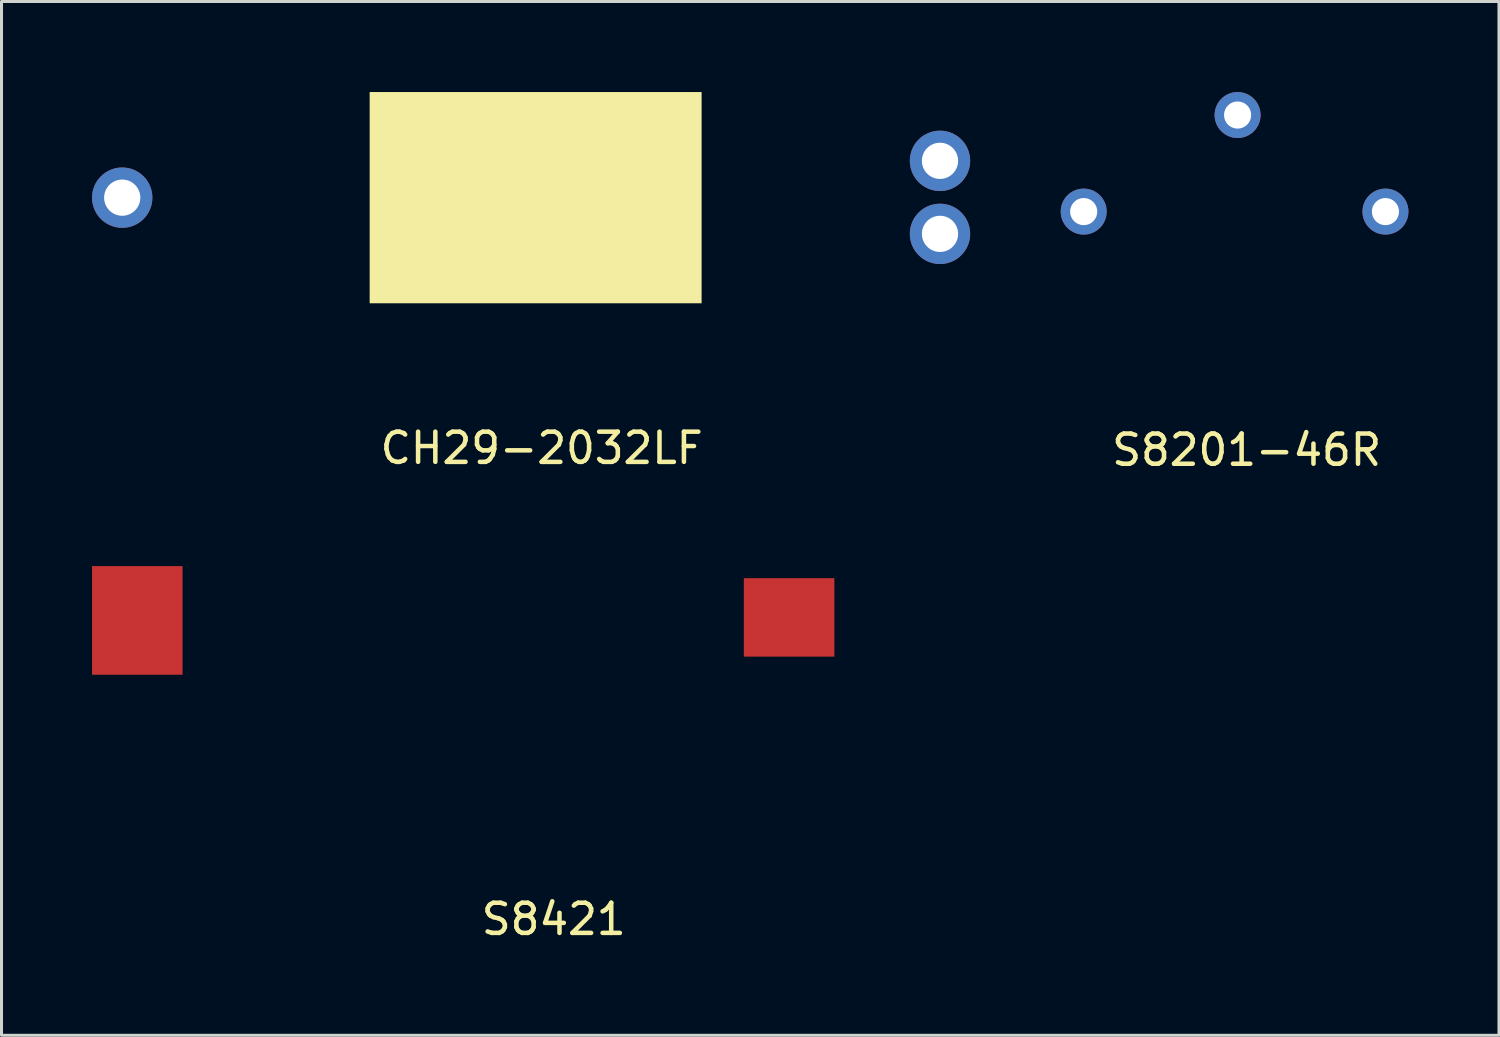
<source format=kicad_pcb>
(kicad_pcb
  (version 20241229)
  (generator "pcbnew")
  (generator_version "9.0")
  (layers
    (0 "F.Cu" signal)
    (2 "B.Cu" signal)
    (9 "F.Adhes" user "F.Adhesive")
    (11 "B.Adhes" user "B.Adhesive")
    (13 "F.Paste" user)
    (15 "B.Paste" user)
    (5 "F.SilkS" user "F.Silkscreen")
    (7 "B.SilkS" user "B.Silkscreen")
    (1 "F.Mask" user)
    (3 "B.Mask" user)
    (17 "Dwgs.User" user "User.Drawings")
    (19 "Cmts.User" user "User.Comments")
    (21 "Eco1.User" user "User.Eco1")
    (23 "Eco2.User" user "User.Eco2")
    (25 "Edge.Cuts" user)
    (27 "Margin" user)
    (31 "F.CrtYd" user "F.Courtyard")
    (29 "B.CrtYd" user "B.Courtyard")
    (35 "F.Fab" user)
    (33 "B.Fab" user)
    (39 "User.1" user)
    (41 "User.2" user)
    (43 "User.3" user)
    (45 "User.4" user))
  (footprint "CH29-2032LF"
    (layer "F.Cu")
    (at 14.5 3.5)
    (property "Reference" "CH29-2032LF" (at 0.4 8.3 0) (layer "F.SilkS") (effects (font (size 1 1) (thickness 0.15))))
    (attr through_hole)
    (pad "" smd rect (at 0.2 0) (size 11 7) (layers "F.SilkS"))
    (pad "1" thru_hole circle (at 13.6 1.2) (size 2 2) (drill 1.2) (layers "*.Cu" "*.Mask"))
    (pad "2" thru_hole circle (at 13.6 -1.22) (size 2 2) (drill 1.2) (layers "*.Cu" "*.Mask"))
    (pad "3" thru_hole circle (at -13.5 0) (size 2 2) (drill 1.2) (layers "*.Cu" "*.Mask")))
  (footprint "S8201-46R"
    (layer "F.Cu")
    (at 37.862 3.962)
    (property "Reference" "S8201-46R" (at 0.4 7.9 0) (layer "F.SilkS") (effects (font (size 1 1) (thickness 0.15))))
    (attr through_hole)
    (pad "1" thru_hole circle (at 5 0) (size 1.524 1.524) (drill 0.9) (layers "*.Cu" "*.Mask"))
    (pad "2" thru_hole circle (at -5 0) (size 1.524 1.524) (drill 0.9) (layers "*.Cu" "*.Mask"))
    (pad "3" thru_hole circle (at 0.1 -3.2) (size 1.524 1.524) (drill 0.9) (layers "*.Cu" "*.Mask")))
  (footprint "S8421"
    (layer "F.Cu")
    (at 14.4 17.51)
    (property "Reference" "S8421" (at 0.9 9.9 0) (layer "F.SilkS") (effects (font (size 1 1) (thickness 0.15))))
    (attr through_hole)
    (pad "1" smd rect (at -12.9 0 90) (size 3.6 3) (layers "F.Cu" "F.Mask" "F.Paste"))
    (pad "2" smd rect (at 8.7 -0.1) (size 3 2.6) (layers "F.Cu" "F.Mask" "F.Paste")))
  (gr_rect
    (start -3 -3)
    (end 46.624 31.259)
    (stroke (width 0.1) (type default))
    (fill no)
    (layer "Edge.Cuts")))
</source>
